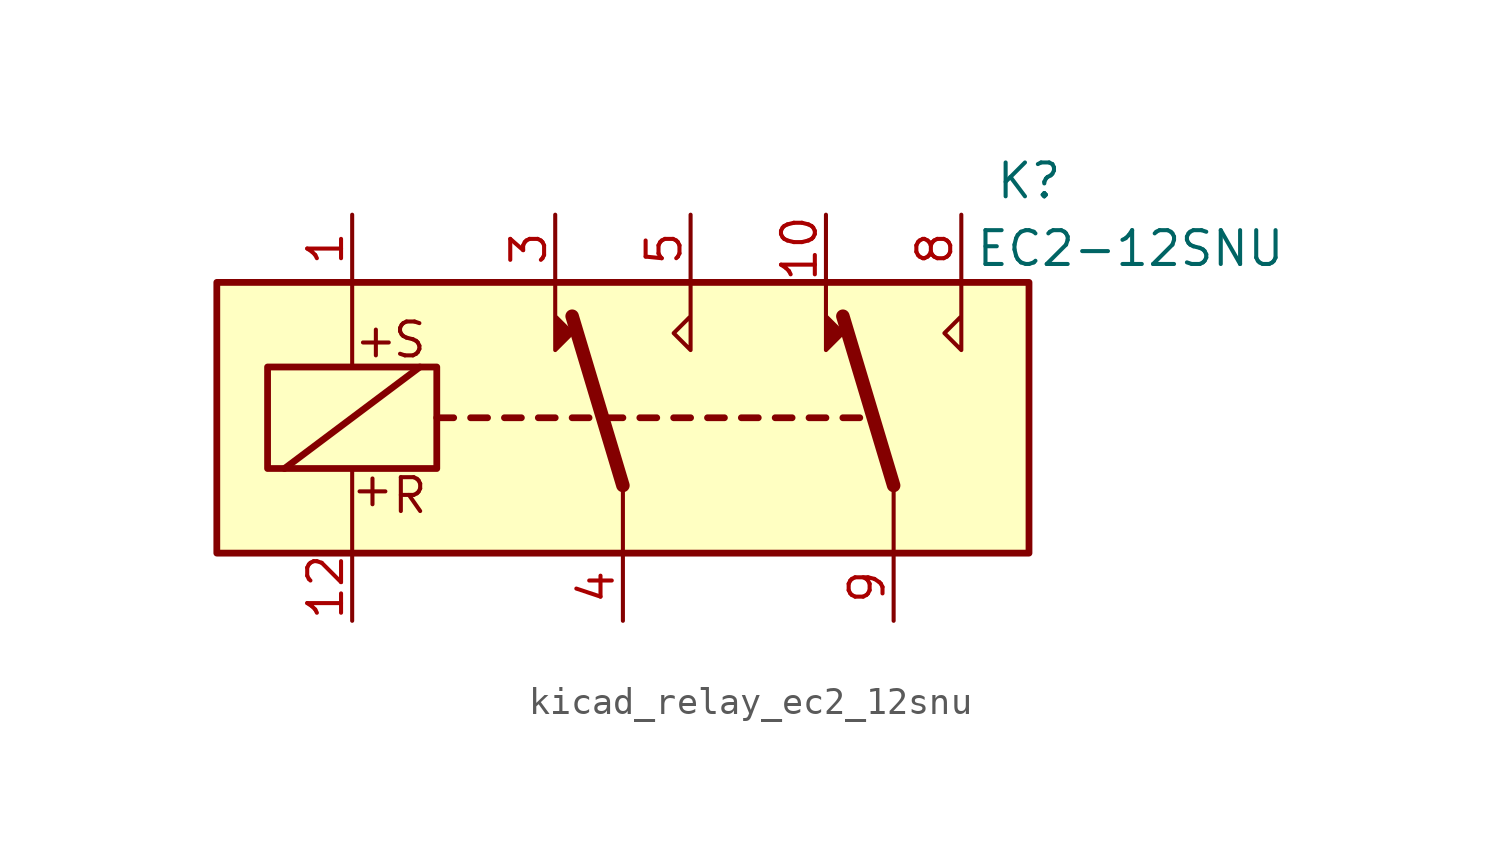
<source format=kicad_sym>
(kicad_symbol_lib
  (version 20220914)
  (generator kicad_symbol_editor)
  (symbol "kicad_relay_ec2_12snu"
    (property "Reference" "K"
      (at 15.24 8.89 0)
      (effects (font (size 1.27 1.27))))
    (property "Value" "EC2-12SNU"
      (at 19.05 6.35 0)
      (effects (font (size 1.27 1.27))))
    (symbol "kicad_relay_ec2_12snu_0_0"
      (text "S" (at -8.001 2.921 0) (effects (font (size 1.27 1.27)))))
    (symbol "kicad_relay_ec2_12snu_1_1"
      (rectangle (start -15.24 5.08) (end 15.24 -5.08) (stroke (width 0.254) (type default)) (fill (type background)))
      (rectangle (start -13.335 1.905) (end -6.985 -1.905) (stroke (width 0.254) (type default)) (fill (type none)))
      (polyline (pts (xy -12.7 -1.905) (xy -7.62 1.905)) (stroke (width 0.254) (type default)) (fill (type none)))
      (polyline (pts (xy -10.16 -5.08) (xy -10.16 -1.905)) (stroke (width 0) (type default)) (fill (type none)))
      (polyline (pts (xy -10.16 5.08) (xy -10.16 1.905)) (stroke (width 0) (type default)) (fill (type none)))
      (polyline (pts (xy -6.985 0) (xy -6.35 0)) (stroke (width 0.254) (type default)) (fill (type none)))
      (polyline (pts (xy -5.715 0) (xy -5.08 0)) (stroke (width 0.254) (type default)) (fill (type none)))
      (polyline (pts (xy -4.445 0) (xy -3.81 0)) (stroke (width 0.254) (type default)) (fill (type none)))
      (polyline (pts (xy -3.175 0) (xy -2.54 0)) (stroke (width 0.254) (type default)) (fill (type none)))
      (polyline (pts (xy -1.905 0) (xy -1.27 0)) (stroke (width 0.254) (type default)) (fill (type none)))
      (polyline (pts (xy -0.635 0) (xy 0 0)) (stroke (width 0.254) (type default)) (fill (type none)))
      (polyline (pts (xy 0 -2.54) (xy -1.905 3.81)) (stroke (width 0.508) (type default)) (fill (type none)))
      (polyline (pts (xy 0 -2.54) (xy 0 -5.08)) (stroke (width 0) (type default)) (fill (type none)))
      (polyline (pts (xy 0.635 0) (xy 1.27 0)) (stroke (width 0.254) (type default)) (fill (type none)))
      (polyline (pts (xy 1.905 0) (xy 2.54 0)) (stroke (width 0.254) (type default)) (fill (type none)))
      (polyline (pts (xy 3.175 0) (xy 3.81 0)) (stroke (width 0.254) (type default)) (fill (type none)))
      (polyline (pts (xy 4.445 0) (xy 5.08 0)) (stroke (width 0.254) (type default)) (fill (type none)))
      (polyline (pts (xy 5.715 0) (xy 6.35 0)) (stroke (width 0.254) (type default)) (fill (type none)))
      (polyline (pts (xy 6.985 0) (xy 7.62 0)) (stroke (width 0.254) (type default)) (fill (type none)))
      (polyline (pts (xy 8.255 0) (xy 8.89 0)) (stroke (width 0.254) (type default)) (fill (type none)))
      (polyline (pts (xy 10.16 -2.54) (xy 8.255 3.81)) (stroke (width 0.508) (type default)) (fill (type none)))
      (polyline (pts (xy 10.16 -2.54) (xy 10.16 -5.08)) (stroke (width 0) (type default)) (fill (type none)))
      (polyline (pts (xy -2.54 5.08) (xy -2.54 2.54) (xy -1.905 3.175) (xy -2.54 3.81)) (stroke (width 0) (type default)) (fill (type outline)))
      (polyline (pts (xy 2.54 5.08) (xy 2.54 2.54) (xy 1.905 3.175) (xy 2.54 3.81)) (stroke (width 0) (type default)) (fill (type none)))
      (polyline (pts (xy 7.62 5.08) (xy 7.62 2.54) (xy 8.255 3.175) (xy 7.62 3.81)) (stroke (width 0) (type default)) (fill (type outline)))
      (polyline (pts (xy 12.7 5.08) (xy 12.7 2.54) (xy 12.065 3.175) (xy 12.7 3.81)) (stroke (width 0) (type default)) (fill (type none)))
      (text "+" (at -9.398 -2.667 0) (effects (font (size 1.27 1.27))))
      (text "+" (at -9.271 2.921 0) (effects (font (size 1.27 1.27))))
      (text "R" (at -8.001 -2.921 0) (effects (font (size 1.27 1.27))))
      (pin passive line (at -10.16 7.62 270) (length 2.54) (name "~" (effects (font (size 1.27 1.27)))) (number "1" (effects (font (size 1.27 1.27)))))
      (pin passive line (at 7.62 7.62 270) (length 2.54) (name "~" (effects (font (size 1.27 1.27)))) (number "10" (effects (font (size 1.27 1.27)))))
      (pin passive line (at -10.16 -7.62 90) (length 2.54) (name "~" (effects (font (size 1.27 1.27)))) (number "12" (effects (font (size 1.27 1.27)))))
      (pin passive line (at -2.54 7.62 270) (length 2.54) (name "~" (effects (font (size 1.27 1.27)))) (number "3" (effects (font (size 1.27 1.27)))))
      (pin passive line (at 0 -7.62 90) (length 2.54) (name "~" (effects (font (size 1.27 1.27)))) (number "4" (effects (font (size 1.27 1.27)))))
      (pin passive line (at 2.54 7.62 270) (length 2.54) (name "~" (effects (font (size 1.27 1.27)))) (number "5" (effects (font (size 1.27 1.27)))))
      (pin passive line (at 12.7 7.62 270) (length 2.54) (name "~" (effects (font (size 1.27 1.27)))) (number "8" (effects (font (size 1.27 1.27)))))
      (pin passive line (at 10.16 -7.62 90) (length 2.54) (name "~" (effects (font (size 1.27 1.27)))) (number "9" (effects (font (size 1.27 1.27))))))))
</source>
